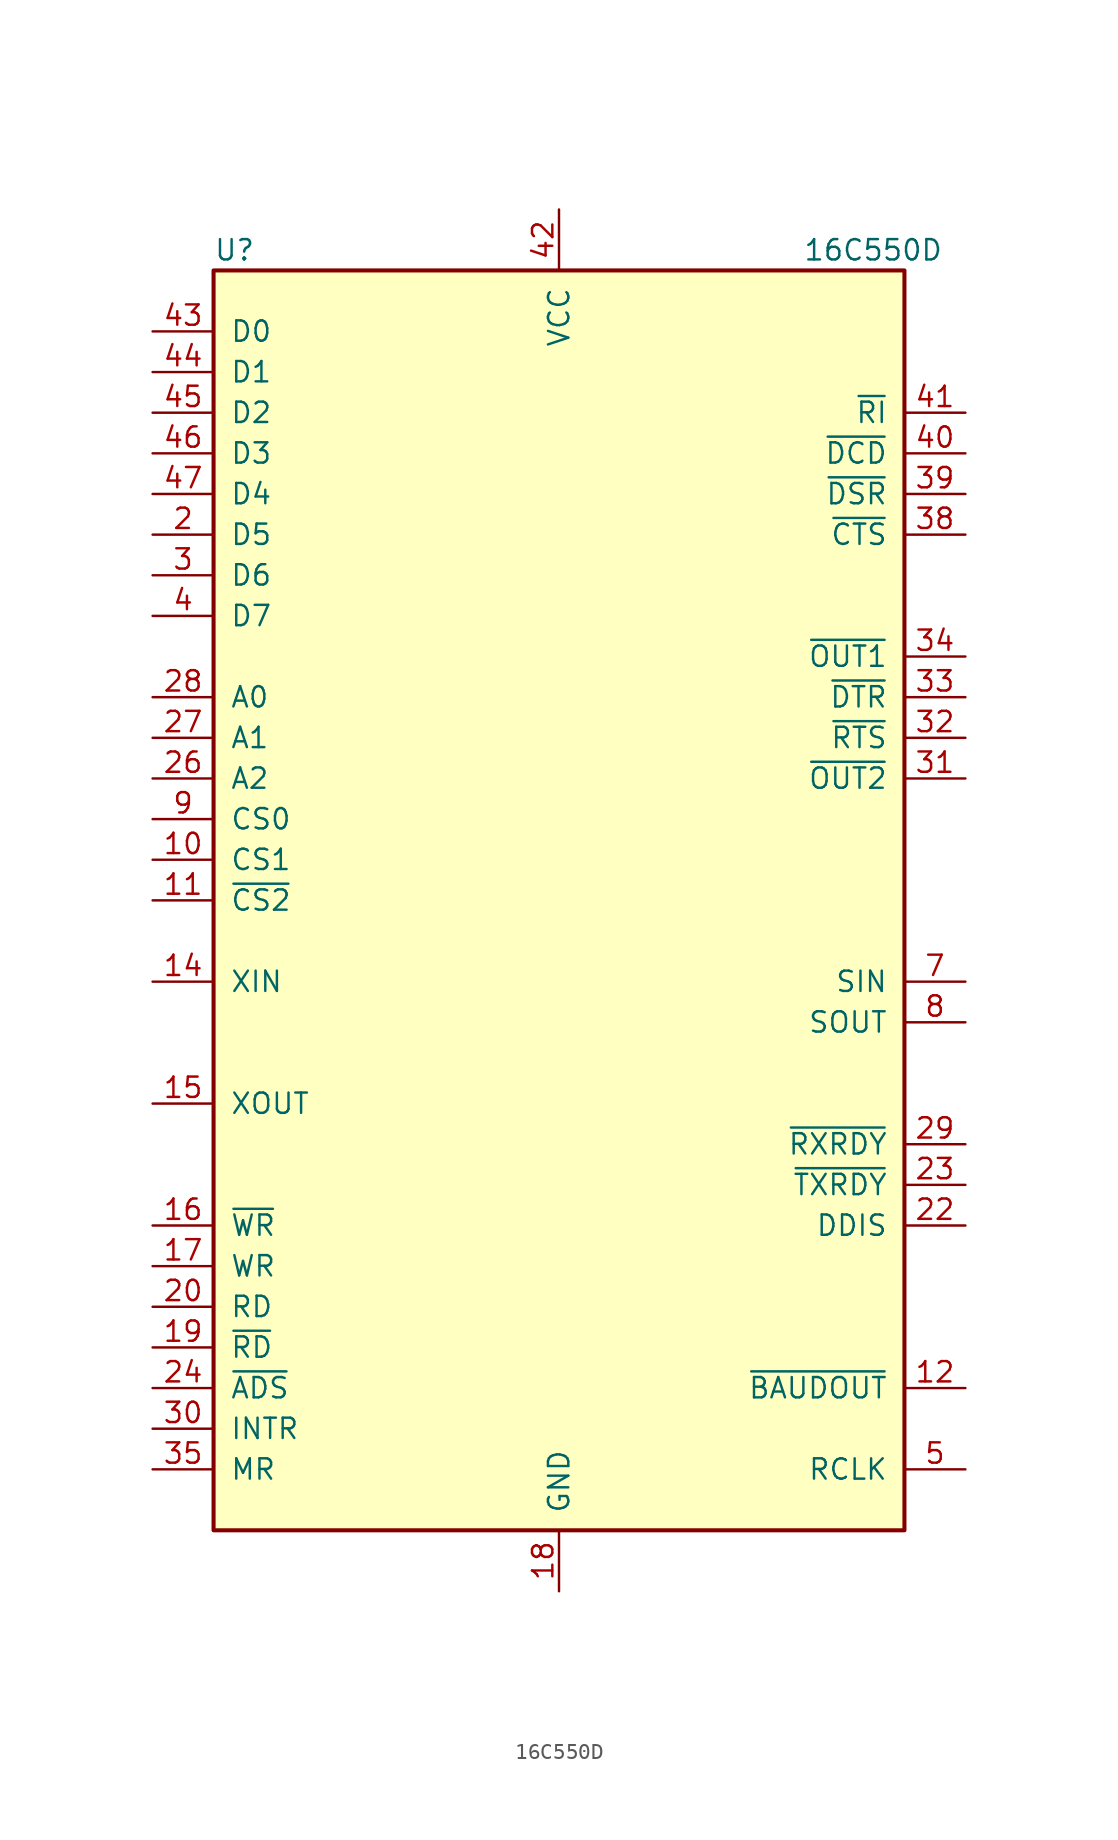
<source format=kicad_sym>
(kicad_symbol_lib
  (version 20231120)
  (generator "kicad_symbol_editor")
  (generator_version "8.0")
  (symbol "16C550D"
    (pin_names
      (offset 1.016))
    (property "Reference" "U"
      (at -21.59 40.64 0)
      (effects (font (size 1.27 1.27)) (justify left)))
    (property "Value" "16C550D"
      (at 15.24 40.64 0)
      (effects (font (size 1.27 1.27)) (justify left)))
    (symbol "16C550D_0_1"
      (rectangle (start -21.59 -39.37) (end 21.59 39.37) (stroke (width 0.254) (type default)) (fill (type background))))
    (symbol "16C550D_1_0"
      (pin no_connect line (at 24.13 35.56 180) (length 2.54) hide (name "NC" (effects (font (size 1.27 1.27)))) (number "1" (effects (font (size 1.27 1.27)))))
      (pin no_connect line (at 24.13 20.32 180) (length 2.54) hide (name "NC" (effects (font (size 1.27 1.27)))) (number "13" (effects (font (size 1.27 1.27)))))
      (pin no_connect line (at 24.13 17.78 180) (length 2.54) hide (name "NC" (effects (font (size 1.27 1.27)))) (number "21" (effects (font (size 1.27 1.27)))))
      (pin no_connect line (at 24.13 5.08 180) (length 2.54) hide (name "NC" (effects (font (size 1.27 1.27)))) (number "25" (effects (font (size 1.27 1.27)))))
      (pin no_connect line (at 24.13 2.54 180) (length 2.54) hide (name "NC" (effects (font (size 1.27 1.27)))) (number "36" (effects (font (size 1.27 1.27)))))
      (pin no_connect line (at 24.13 0 180) (length 2.54) hide (name "NC" (effects (font (size 1.27 1.27)))) (number "37" (effects (font (size 1.27 1.27)))))
      (pin no_connect line (at 24.13 -2.54 180) (length 2.54) hide (name "NC" (effects (font (size 1.27 1.27)))) (number "48" (effects (font (size 1.27 1.27)))))
      (pin no_connect line (at 24.13 33.02 180) (length 2.54) hide (name "NC" (effects (font (size 1.27 1.27)))) (number "6" (effects (font (size 1.27 1.27))))))
    (symbol "16C550D_1_1"
      (pin input line (at -25.4 2.54 0) (length 3.81) (name "CS1" (effects (font (size 1.27 1.27)))) (number "10" (effects (font (size 1.27 1.27)))))
      (pin input line (at -25.4 0 0) (length 3.81) (name "~{CS2}" (effects (font (size 1.27 1.27)))) (number "11" (effects (font (size 1.27 1.27)))))
      (pin output line (at 25.4 -30.48 180) (length 3.81) (name "~{BAUDOUT}" (effects (font (size 1.27 1.27)))) (number "12" (effects (font (size 1.27 1.27)))))
      (pin input line (at -25.4 -5.08 0) (length 3.81) (name "XIN" (effects (font (size 1.27 1.27)))) (number "14" (effects (font (size 1.27 1.27)))))
      (pin output line (at -25.4 -12.7 0) (length 3.81) (name "XOUT" (effects (font (size 1.27 1.27)))) (number "15" (effects (font (size 1.27 1.27)))))
      (pin input line (at -25.4 -20.32 0) (length 3.81) (name "~{WR}" (effects (font (size 1.27 1.27)))) (number "16" (effects (font (size 1.27 1.27)))))
      (pin input line (at -25.4 -22.86 0) (length 3.81) (name "WR" (effects (font (size 1.27 1.27)))) (number "17" (effects (font (size 1.27 1.27)))))
      (pin power_in line (at 0 -43.18 90) (length 3.81) (name "GND" (effects (font (size 1.27 1.27)))) (number "18" (effects (font (size 1.27 1.27)))))
      (pin input line (at -25.4 -27.94 0) (length 3.81) (name "~{RD}" (effects (font (size 1.27 1.27)))) (number "19" (effects (font (size 1.27 1.27)))))
      (pin bidirectional line (at -25.4 22.86 0) (length 3.81) (name "D5" (effects (font (size 1.27 1.27)))) (number "2" (effects (font (size 1.27 1.27)))))
      (pin input line (at -25.4 -25.4 0) (length 3.81) (name "RD" (effects (font (size 1.27 1.27)))) (number "20" (effects (font (size 1.27 1.27)))))
      (pin output line (at 25.4 -20.32 180) (length 3.81) (name "DDIS" (effects (font (size 1.27 1.27)))) (number "22" (effects (font (size 1.27 1.27)))))
      (pin output line (at 25.4 -17.78 180) (length 3.81) (name "~{TXRDY}" (effects (font (size 1.27 1.27)))) (number "23" (effects (font (size 1.27 1.27)))))
      (pin input line (at -25.4 -30.48 0) (length 3.81) (name "~{ADS}" (effects (font (size 1.27 1.27)))) (number "24" (effects (font (size 1.27 1.27)))))
      (pin input line (at -25.4 7.62 0) (length 3.81) (name "A2" (effects (font (size 1.27 1.27)))) (number "26" (effects (font (size 1.27 1.27)))))
      (pin input line (at -25.4 10.16 0) (length 3.81) (name "A1" (effects (font (size 1.27 1.27)))) (number "27" (effects (font (size 1.27 1.27)))))
      (pin input line (at -25.4 12.7 0) (length 3.81) (name "A0" (effects (font (size 1.27 1.27)))) (number "28" (effects (font (size 1.27 1.27)))))
      (pin output line (at 25.4 -15.24 180) (length 3.81) (name "~{RXRDY}" (effects (font (size 1.27 1.27)))) (number "29" (effects (font (size 1.27 1.27)))))
      (pin bidirectional line (at -25.4 20.32 0) (length 3.81) (name "D6" (effects (font (size 1.27 1.27)))) (number "3" (effects (font (size 1.27 1.27)))))
      (pin output line (at -25.4 -33.02 0) (length 3.81) (name "INTR" (effects (font (size 1.27 1.27)))) (number "30" (effects (font (size 1.27 1.27)))))
      (pin output line (at 25.4 7.62 180) (length 3.81) (name "~{OUT2}" (effects (font (size 1.27 1.27)))) (number "31" (effects (font (size 1.27 1.27)))))
      (pin output line (at 25.4 10.16 180) (length 3.81) (name "~{RTS}" (effects (font (size 1.27 1.27)))) (number "32" (effects (font (size 1.27 1.27)))))
      (pin output line (at 25.4 12.7 180) (length 3.81) (name "~{DTR}" (effects (font (size 1.27 1.27)))) (number "33" (effects (font (size 1.27 1.27)))))
      (pin output line (at 25.4 15.24 180) (length 3.81) (name "~{OUT1}" (effects (font (size 1.27 1.27)))) (number "34" (effects (font (size 1.27 1.27)))))
      (pin input line (at -25.4 -35.56 0) (length 3.81) (name "MR" (effects (font (size 1.27 1.27)))) (number "35" (effects (font (size 1.27 1.27)))))
      (pin input line (at 25.4 22.86 180) (length 3.81) (name "~{CTS}" (effects (font (size 1.27 1.27)))) (number "38" (effects (font (size 1.27 1.27)))))
      (pin input line (at 25.4 25.4 180) (length 3.81) (name "~{DSR}" (effects (font (size 1.27 1.27)))) (number "39" (effects (font (size 1.27 1.27)))))
      (pin bidirectional line (at -25.4 17.78 0) (length 3.81) (name "D7" (effects (font (size 1.27 1.27)))) (number "4" (effects (font (size 1.27 1.27)))))
      (pin input line (at 25.4 27.94 180) (length 3.81) (name "~{DCD}" (effects (font (size 1.27 1.27)))) (number "40" (effects (font (size 1.27 1.27)))))
      (pin input line (at 25.4 30.48 180) (length 3.81) (name "~{RI}" (effects (font (size 1.27 1.27)))) (number "41" (effects (font (size 1.27 1.27)))))
      (pin power_in line (at 0 43.18 270) (length 3.81) (name "VCC" (effects (font (size 1.27 1.27)))) (number "42" (effects (font (size 1.27 1.27)))))
      (pin bidirectional line (at -25.4 35.56 0) (length 3.81) (name "D0" (effects (font (size 1.27 1.27)))) (number "43" (effects (font (size 1.27 1.27)))))
      (pin bidirectional line (at -25.4 33.02 0) (length 3.81) (name "D1" (effects (font (size 1.27 1.27)))) (number "44" (effects (font (size 1.27 1.27)))))
      (pin bidirectional line (at -25.4 30.48 0) (length 3.81) (name "D2" (effects (font (size 1.27 1.27)))) (number "45" (effects (font (size 1.27 1.27)))))
      (pin bidirectional line (at -25.4 27.94 0) (length 3.81) (name "D3" (effects (font (size 1.27 1.27)))) (number "46" (effects (font (size 1.27 1.27)))))
      (pin bidirectional line (at -25.4 25.4 0) (length 3.81) (name "D4" (effects (font (size 1.27 1.27)))) (number "47" (effects (font (size 1.27 1.27)))))
      (pin input line (at 25.4 -35.56 180) (length 3.81) (name "RCLK" (effects (font (size 1.27 1.27)))) (number "5" (effects (font (size 1.27 1.27)))))
      (pin input line (at 25.4 -5.08 180) (length 3.81) (name "SIN" (effects (font (size 1.27 1.27)))) (number "7" (effects (font (size 1.27 1.27)))))
      (pin output line (at 25.4 -7.62 180) (length 3.81) (name "SOUT" (effects (font (size 1.27 1.27)))) (number "8" (effects (font (size 1.27 1.27)))))
      (pin input line (at -25.4 5.08 0) (length 3.81) (name "CS0" (effects (font (size 1.27 1.27)))) (number "9" (effects (font (size 1.27 1.27))))))))
</source>
